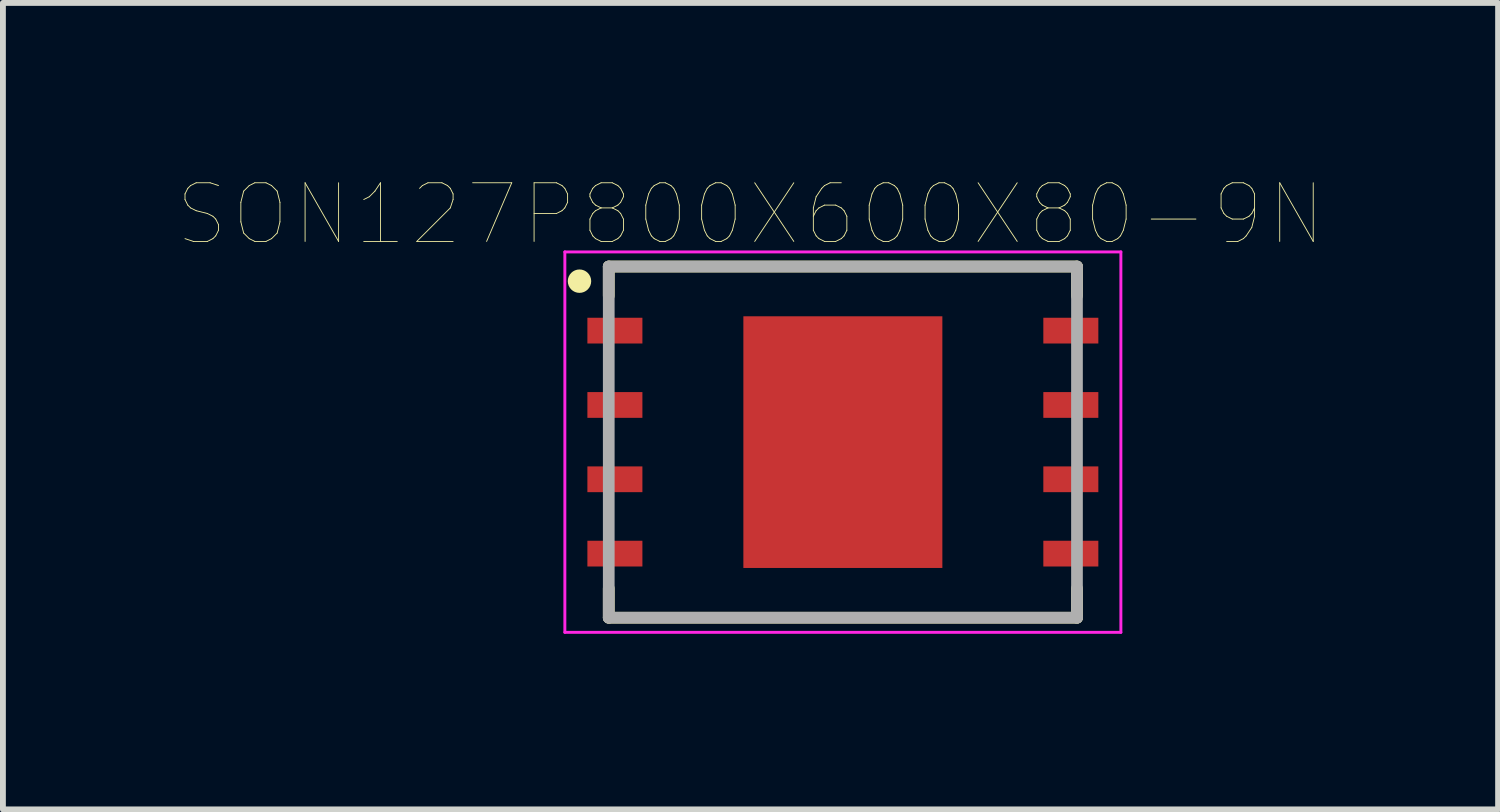
<source format=kicad_pcb>
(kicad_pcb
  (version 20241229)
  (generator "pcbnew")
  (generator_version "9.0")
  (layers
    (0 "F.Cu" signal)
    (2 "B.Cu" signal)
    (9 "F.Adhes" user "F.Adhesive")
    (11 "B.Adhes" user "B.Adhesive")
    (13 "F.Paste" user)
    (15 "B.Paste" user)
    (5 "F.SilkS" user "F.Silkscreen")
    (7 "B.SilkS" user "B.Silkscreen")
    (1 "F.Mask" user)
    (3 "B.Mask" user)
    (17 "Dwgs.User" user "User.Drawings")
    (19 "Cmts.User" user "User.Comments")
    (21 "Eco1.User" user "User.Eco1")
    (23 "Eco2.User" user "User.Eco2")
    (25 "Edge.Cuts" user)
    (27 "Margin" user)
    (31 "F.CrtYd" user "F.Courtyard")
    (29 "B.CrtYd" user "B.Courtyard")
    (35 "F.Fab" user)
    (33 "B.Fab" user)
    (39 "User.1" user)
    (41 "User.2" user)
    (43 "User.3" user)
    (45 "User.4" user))
  (footprint "SON127P800X600X80-9N"
    (layer "F.Cu")
    (at 11.351 4.504)
    (property "Reference" "SON127P800X600X80-9N" (at -1.578 -3.892 0) (layer "F.SilkS") (effects (font (size 1.002 1.002) (thickness 0.015))))
    (attr through_hole)
    (fp_line (start -4 -3) (end 4 -3) (stroke (width 0.2) (type solid)) (layer "F.SilkS"))
    (fp_line (start -4 -2.5) (end -4 -3) (stroke (width 0.2) (type solid)) (layer "F.SilkS"))
    (fp_line (start -4 2.5) (end -4 3) (stroke (width 0.2) (type solid)) (layer "F.SilkS"))
    (fp_line (start -4 3) (end 4 3) (stroke (width 0.2) (type solid)) (layer "F.SilkS"))
    (fp_line (start 4 -3) (end 4 -2.5) (stroke (width 0.2) (type solid)) (layer "F.SilkS"))
    (fp_line (start 4 3) (end 4 2.5) (stroke (width 0.2) (type solid)) (layer "F.SilkS"))
    (fp_circle (center -4.5 -2.75) (end -4.4 -2.75) (stroke (width 0.2) (type solid)) (fill no) (layer "F.SilkS"))
    (fp_poly (pts (xy -1.076 -1.35) (xy 1.075 -1.35) (xy 1.075 1.351) (xy -1.076 1.351)) (stroke (width 0.01) (type solid)) (fill yes) (layer "F.Paste"))
    (fp_line (start -4.75 -3.25) (end 4.75 -3.25) (stroke (width 0.05) (type solid)) (layer "F.CrtYd"))
    (fp_line (start -4.75 3.25) (end -4.75 -3.25) (stroke (width 0.05) (type solid)) (layer "F.CrtYd"))
    (fp_line (start 4.75 -3.25) (end 4.75 3.25) (stroke (width 0.05) (type solid)) (layer "F.CrtYd"))
    (fp_line (start 4.75 3.25) (end -4.75 3.25) (stroke (width 0.05) (type solid)) (layer "F.CrtYd"))
    (fp_line (start -4 -3) (end 4 -3) (stroke (width 0.2) (type solid)) (layer "F.Fab"))
    (fp_line (start -4 3) (end -4 -3) (stroke (width 0.2) (type solid)) (layer "F.Fab"))
    (fp_line (start 4 -3) (end 4 3) (stroke (width 0.2) (type solid)) (layer "F.Fab"))
    (fp_line (start 4 3) (end -4 3) (stroke (width 0.2) (type solid)) (layer "F.Fab"))
    (pad "1" smd rect (at -3.895 -1.905) (size 0.94 0.44) (layers "F.Cu" "F.Mask" "F.Paste"))
    (pad "2" smd rect (at -3.895 -0.635) (size 0.94 0.44) (layers "F.Cu" "F.Mask" "F.Paste"))
    (pad "3" smd rect (at -3.895 0.635) (size 0.94 0.44) (layers "F.Cu" "F.Mask" "F.Paste"))
    (pad "4" smd rect (at -3.895 1.905) (size 0.94 0.44) (layers "F.Cu" "F.Mask" "F.Paste"))
    (pad "5" smd rect (at 3.895 1.905) (size 0.94 0.44) (layers "F.Cu" "F.Mask" "F.Paste"))
    (pad "6" smd rect (at 3.895 0.635) (size 0.94 0.44) (layers "F.Cu" "F.Mask" "F.Paste"))
    (pad "7" smd rect (at 3.895 -0.635) (size 0.94 0.44) (layers "F.Cu" "F.Mask" "F.Paste"))
    (pad "8" smd rect (at 3.895 -1.905) (size 0.94 0.44) (layers "F.Cu" "F.Mask" "F.Paste"))
    (pad "9" smd rect (at 0 0) (size 3.4 4.3) (layers "F.Cu" "F.Mask")))
  (gr_rect
    (start -3 -3)
    (end 22.546 10.779)
    (stroke (width 0.1) (type default))
    (fill no)
    (layer "Edge.Cuts")))
</source>
